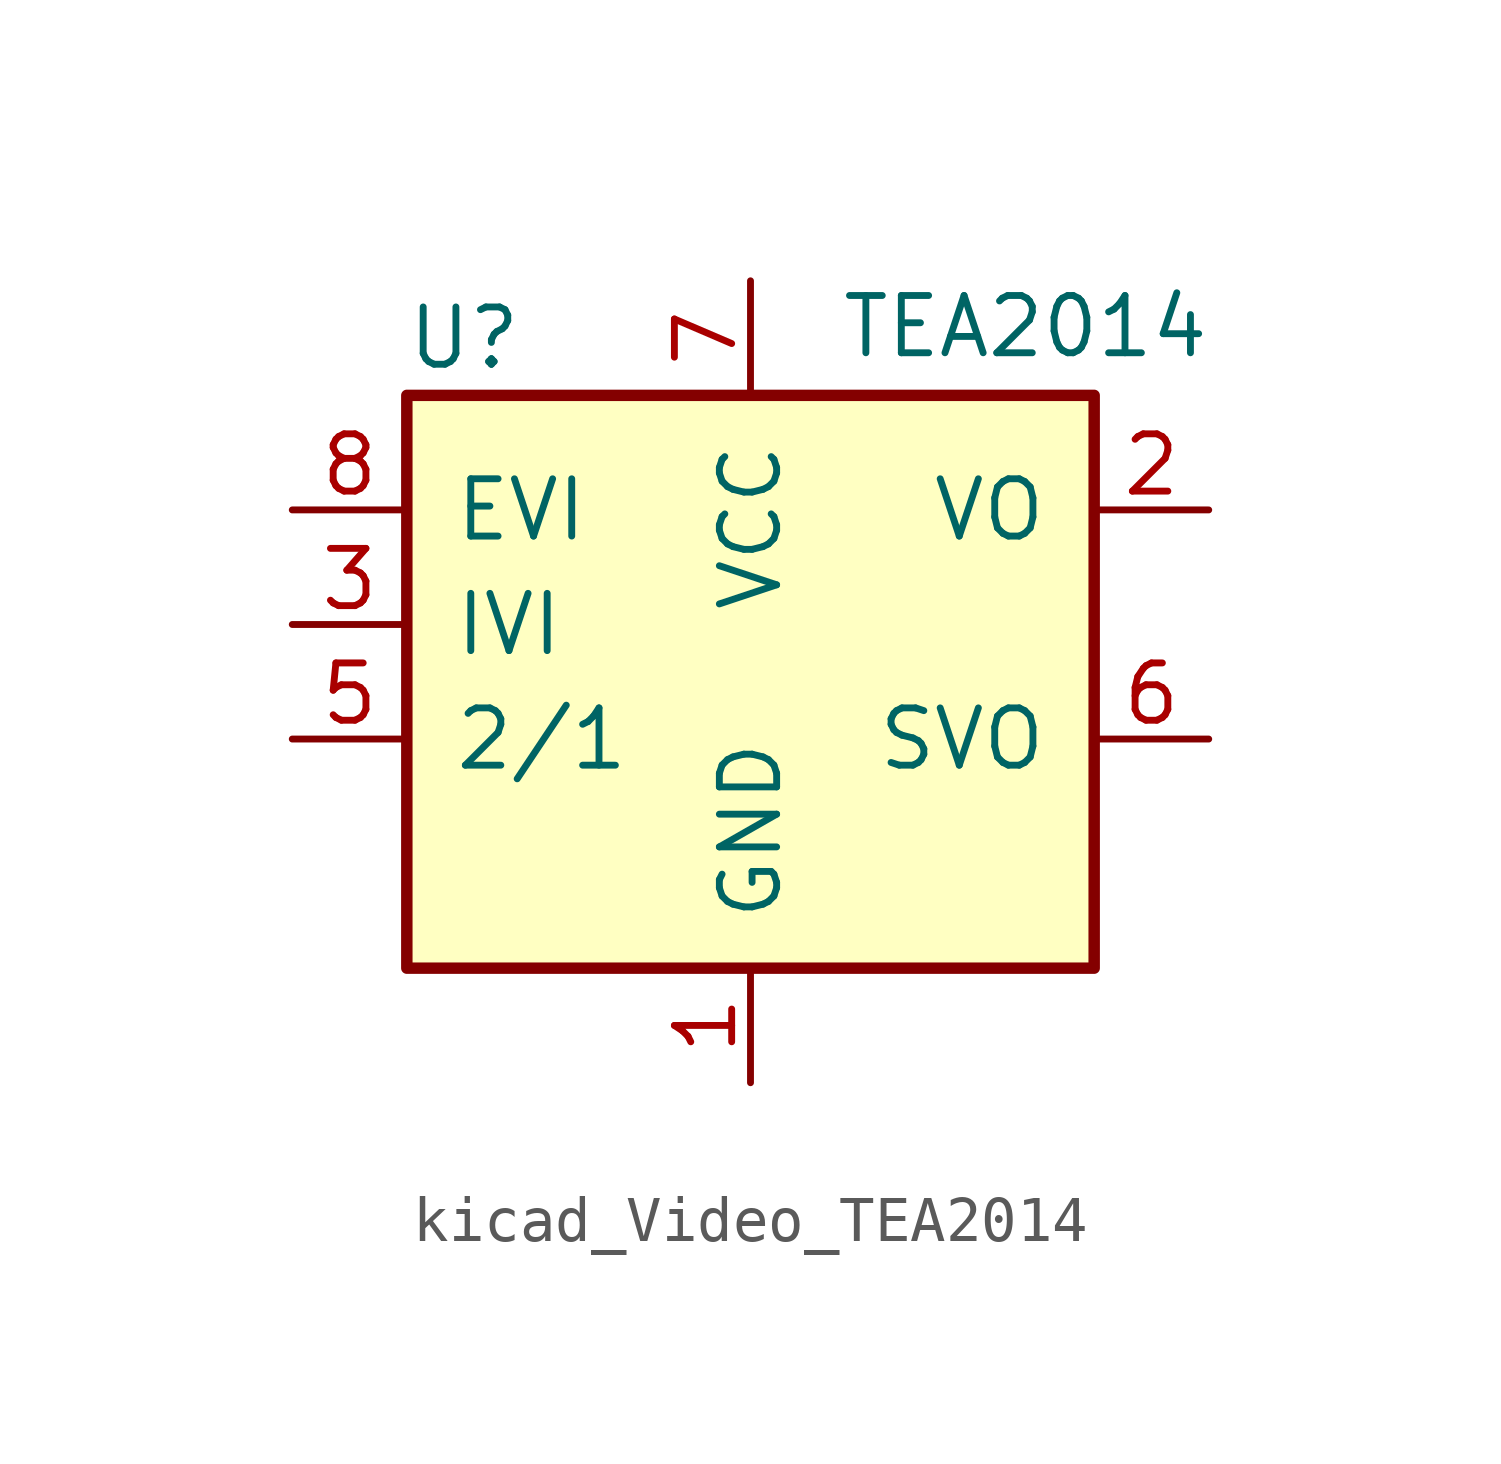
<source format=kicad_sym>
(kicad_symbol_lib
  (version 20220914)
  (generator kicad_symbol_editor)
  (symbol "kicad_Video_TEA2014"
    (pin_names
      (offset 1.016))
    (property "Reference" "U"
      (at -6.35 6.35 0)
      (effects (font (size 1.27 1.27))))
    (property "Value" "TEA2014"
      (at 6.096 6.604 0)
      (effects (font (size 1.27 1.27))))
    (symbol "kicad_Video_TEA2014_0_1"
      (rectangle (start -7.62 5.08) (end 7.62 -7.62) (stroke (width 0.254) (type default)) (fill (type background))))
    (symbol "kicad_Video_TEA2014_1_1"
      (pin power_in line (at 0 -10.16 90) (length 2.54) (name "GND" (effects (font (size 1.27 1.27)))) (number "1" (effects (font (size 1.27 1.27)))))
      (pin output line (at 10.16 2.54 180) (length 2.54) (name "VO" (effects (font (size 1.27 1.27)))) (number "2" (effects (font (size 1.27 1.27)))))
      (pin input line (at -10.16 0 0) (length 2.54) (name "IVI" (effects (font (size 1.27 1.27)))) (number "3" (effects (font (size 1.27 1.27)))))
      (pin no_connect line (at 7.62 0 180) (length 2.54) hide (name "NC" (effects (font (size 1.27 1.27)))) (number "4" (effects (font (size 1.27 1.27)))))
      (pin input line (at -10.16 -2.54 0) (length 2.54) (name "2/1" (effects (font (size 1.27 1.27)))) (number "5" (effects (font (size 1.27 1.27)))))
      (pin output line (at 10.16 -2.54 180) (length 2.54) (name "SVO" (effects (font (size 1.27 1.27)))) (number "6" (effects (font (size 1.27 1.27)))))
      (pin power_in line (at 0 7.62 270) (length 2.54) (name "VCC" (effects (font (size 1.27 1.27)))) (number "7" (effects (font (size 1.27 1.27)))))
      (pin input line (at -10.16 2.54 0) (length 2.54) (name "EVI" (effects (font (size 1.27 1.27)))) (number "8" (effects (font (size 1.27 1.27))))))))
</source>
